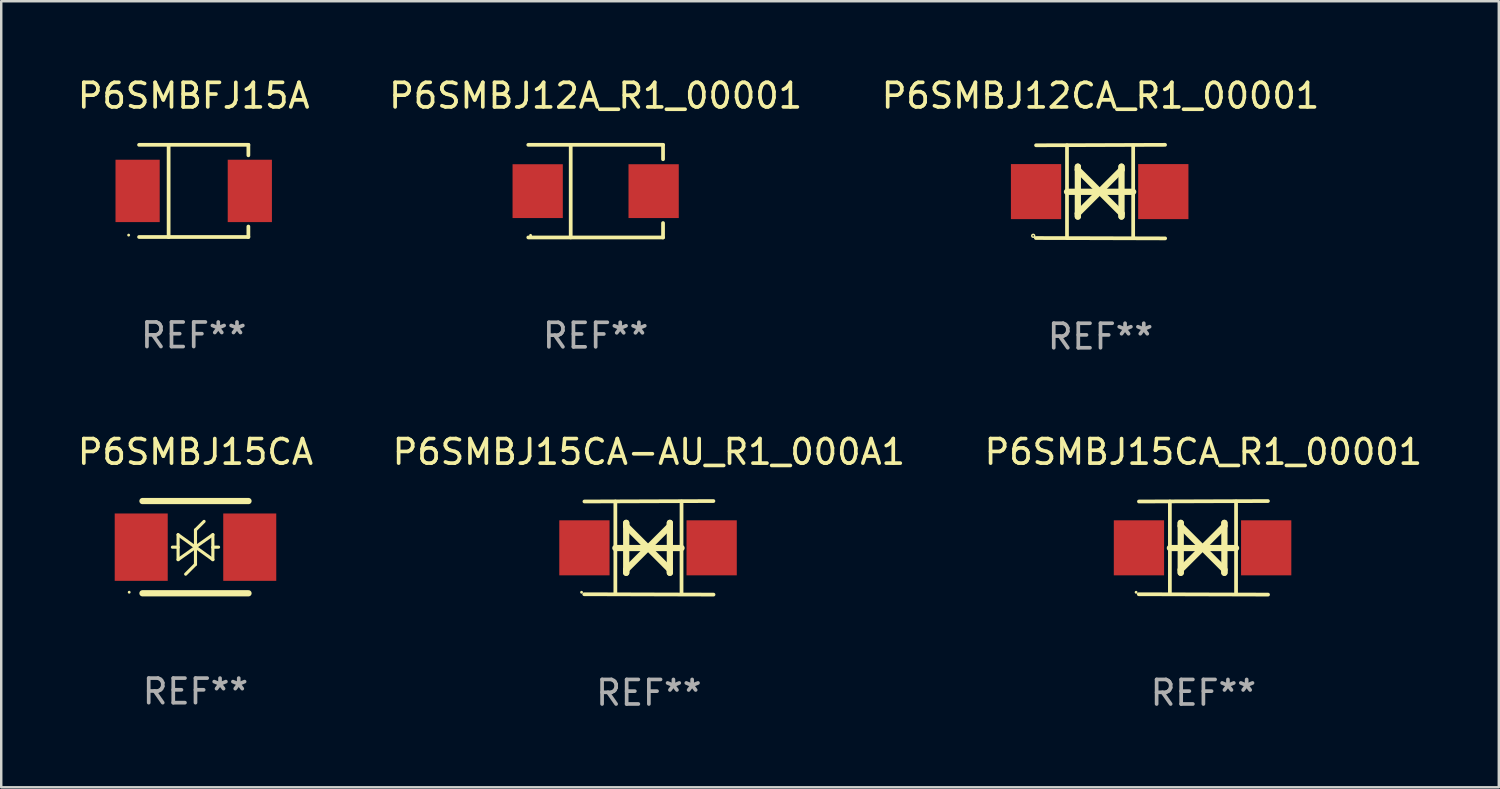
<source format=kicad_pcb>
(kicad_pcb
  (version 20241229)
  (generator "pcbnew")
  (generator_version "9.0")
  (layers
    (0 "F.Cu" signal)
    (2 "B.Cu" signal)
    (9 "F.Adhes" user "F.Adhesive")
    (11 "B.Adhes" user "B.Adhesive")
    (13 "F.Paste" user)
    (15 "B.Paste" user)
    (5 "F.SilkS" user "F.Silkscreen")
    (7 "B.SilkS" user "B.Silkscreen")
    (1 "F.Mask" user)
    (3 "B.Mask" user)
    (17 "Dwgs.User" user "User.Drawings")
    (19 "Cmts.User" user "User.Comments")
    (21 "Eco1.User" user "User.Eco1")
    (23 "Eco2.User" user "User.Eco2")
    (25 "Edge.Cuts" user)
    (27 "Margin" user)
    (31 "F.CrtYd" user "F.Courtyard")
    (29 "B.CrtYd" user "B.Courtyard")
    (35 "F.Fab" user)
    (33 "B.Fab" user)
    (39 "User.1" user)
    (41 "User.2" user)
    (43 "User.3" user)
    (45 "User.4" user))
  (footprint "P6SMBJ15CA-AU_R1_000A1"
    (layer "F.Cu")
    (at 23.375 19.26)
    (property "Reference" "P6SMBJ15CA-AU_R1_000A1" (at 0 -3.905 0) (layer "F.SilkS") (effects (font (size 1 1) (thickness 0.15))))
    (attr through_hole)
    (fp_line (start -1.365 1.886) (end -1.365 -1.886) (stroke (width 0.152) (type solid)) (layer "F.SilkS"))
    (fp_line (start -1.365 0.008) (end 1.33 0.008) (stroke (width 0.254) (type solid)) (layer "F.SilkS"))
    (fp_line (start -0.923 -1.016) (end -0.923 1.016) (stroke (width 0.254) (type solid)) (layer "F.SilkS"))
    (fp_line (start -0.923 -0.889) (end -0.923 -1.016) (stroke (width 0.254) (type solid)) (layer "F.SilkS"))
    (fp_line (start -0.923 0.889) (end -0.034 0) (stroke (width 0.254) (type solid)) (layer "F.SilkS"))
    (fp_line (start -0.923 1.016) (end -0.923 0.889) (stroke (width 0.254) (type solid)) (layer "F.SilkS"))
    (fp_line (start -0.034 0) (end -0.923 -0.889) (stroke (width 0.254) (type solid)) (layer "F.SilkS"))
    (fp_line (start -0.034 0) (end 0.855 0.889) (stroke (width 0.254) (type solid)) (layer "F.SilkS"))
    (fp_line (start 0.855 -1.016) (end 0.855 -0.889) (stroke (width 0.254) (type solid)) (layer "F.SilkS"))
    (fp_line (start 0.855 -0.889) (end -0.034 0) (stroke (width 0.254) (type solid)) (layer "F.SilkS"))
    (fp_line (start 0.855 0.889) (end 0.855 1.016) (stroke (width 0.254) (type solid)) (layer "F.SilkS"))
    (fp_line (start 0.855 1.016) (end 0.855 -1.016) (stroke (width 0.254) (type solid)) (layer "F.SilkS"))
    (fp_line (start 1.33 1.886) (end 1.33 -1.886) (stroke (width 0.152) (type solid)) (layer "F.SilkS"))
    (fp_line (start 2.629 -1.905) (end -2.625 -1.887) (stroke (width 0.152) (type solid)) (layer "F.SilkS"))
    (fp_line (start 2.633 1.905) (end -2.633 1.89) (stroke (width 0.152) (type solid)) (layer "F.SilkS"))
    (fp_circle (center -2.741 1.81) (end -2.711 1.81) (stroke (width 0.06) (type solid)) (fill no) (layer "F.SilkS"))
    (fp_text user "REF**" (at 0 5.905 0) (layer "F.Fab") (effects (font (size 1 1) (thickness 0.15))))
    (pad "1" smd rect (at -2.625 0) (size 2.047 2.241) (layers "F.Cu" "F.Mask" "F.Paste"))
    (pad "2" smd rect (at 2.557 0) (size 2.047 2.241) (layers "F.Cu" "F.Mask" "F.Paste")))
  (footprint "P6SMBJ15CA"
    (layer "F.Cu")
    (at 4.911 19.233)
    (property "Reference" "P6SMBJ15CA" (at 0 -3.878 0) (layer "F.SilkS") (effects (font (size 1 1) (thickness 0.15))))
    (attr through_hole)
    (fp_line (start -2.159 -1.878) (end 2.159 -1.878) (stroke (width 0.254) (type solid)) (layer "F.SilkS"))
    (fp_line (start -0.716 0) (end -0.94 0) (stroke (width 0.127) (type solid)) (layer "F.SilkS"))
    (fp_line (start -0.708 -0.508) (end -0.708 0.508) (stroke (width 0.127) (type solid)) (layer "F.SilkS"))
    (fp_line (start -0.708 -0.508) (end 0 0.003) (stroke (width 0.127) (type solid)) (layer "F.SilkS"))
    (fp_line (start -0.708 0.008) (end -0.716 0) (stroke (width 0.127) (type solid)) (layer "F.SilkS"))
    (fp_line (start -0.708 0.508) (end 0 0.007) (stroke (width 0.127) (type solid)) (layer "F.SilkS"))
    (fp_line (start 0 -0.7) (end 0 0.7) (stroke (width 0.127) (type solid)) (layer "F.SilkS"))
    (fp_line (start 0 -0.7) (end 0.35 -1.05) (stroke (width 0.127) (type solid)) (layer "F.SilkS"))
    (fp_line (start 0 0.7) (end -0.4 1.1) (stroke (width 0.127) (type solid)) (layer "F.SilkS"))
    (fp_line (start 0.708 0.008) (end 0.716 0) (stroke (width 0.127) (type solid)) (layer "F.SilkS"))
    (fp_line (start 0.708 0.508) (end 0.708 -0.508) (stroke (width 0.127) (type solid)) (layer "F.SilkS"))
    (fp_line (start 0.708 -0.508) (end 0 -0.007) (stroke (width 0.127) (type solid)) (layer "F.SilkS"))
    (fp_line (start 0.708 0.508) (end 0 -0.003) (stroke (width 0.127) (type solid)) (layer "F.SilkS"))
    (fp_line (start 0.716 0) (end 0.94 0) (stroke (width 0.127) (type solid)) (layer "F.SilkS"))
    (fp_line (start 2.159 1.878) (end -2.159 1.878) (stroke (width 0.254) (type solid)) (layer "F.SilkS"))
    (fp_circle (center -2.7 1.835) (end -2.67 1.835) (stroke (width 0.06) (type solid)) (fill no) (layer "F.SilkS"))
    (fp_text user "REF**" (at 0 5.878 0) (layer "F.Fab") (effects (font (size 1 1) (thickness 0.15))))
    (pad "1" smd rect (at -2.21 -0.000025) (size 2.159 2.743) (layers "F.Cu" "F.Mask" "F.Paste"))
    (pad "2" smd rect (at 2.21 -0.000025) (size 2.159 2.743) (layers "F.Cu" "F.Mask" "F.Paste")))
  (footprint "P6SMBJ15CA_R1_00001"
    (layer "F.Cu")
    (at 45.958 19.26)
    (property "Reference" "P6SMBJ15CA_R1_00001" (at 0 -3.905 0) (layer "F.SilkS") (effects (font (size 1 1) (thickness 0.15))))
    (attr through_hole)
    (fp_line (start -1.365 1.886) (end -1.365 -1.886) (stroke (width 0.152) (type solid)) (layer "F.SilkS"))
    (fp_line (start -1.365 0.008) (end 1.33 0.008) (stroke (width 0.254) (type solid)) (layer "F.SilkS"))
    (fp_line (start -0.923 -1.016) (end -0.923 1.016) (stroke (width 0.254) (type solid)) (layer "F.SilkS"))
    (fp_line (start -0.923 -0.889) (end -0.923 -1.016) (stroke (width 0.254) (type solid)) (layer "F.SilkS"))
    (fp_line (start -0.923 0.889) (end -0.034 0) (stroke (width 0.254) (type solid)) (layer "F.SilkS"))
    (fp_line (start -0.923 1.016) (end -0.923 0.889) (stroke (width 0.254) (type solid)) (layer "F.SilkS"))
    (fp_line (start -0.034 0) (end -0.923 -0.889) (stroke (width 0.254) (type solid)) (layer "F.SilkS"))
    (fp_line (start -0.034 0) (end 0.855 0.889) (stroke (width 0.254) (type solid)) (layer "F.SilkS"))
    (fp_line (start 0.855 -1.016) (end 0.855 -0.889) (stroke (width 0.254) (type solid)) (layer "F.SilkS"))
    (fp_line (start 0.855 -0.889) (end -0.034 0) (stroke (width 0.254) (type solid)) (layer "F.SilkS"))
    (fp_line (start 0.855 0.889) (end 0.855 1.016) (stroke (width 0.254) (type solid)) (layer "F.SilkS"))
    (fp_line (start 0.855 1.016) (end 0.855 -1.016) (stroke (width 0.254) (type solid)) (layer "F.SilkS"))
    (fp_line (start 1.33 1.886) (end 1.33 -1.886) (stroke (width 0.152) (type solid)) (layer "F.SilkS"))
    (fp_line (start 2.629 -1.905) (end -2.625 -1.887) (stroke (width 0.152) (type solid)) (layer "F.SilkS"))
    (fp_line (start 2.633 1.905) (end -2.633 1.89) (stroke (width 0.152) (type solid)) (layer "F.SilkS"))
    (fp_circle (center -2.741 1.81) (end -2.711 1.81) (stroke (width 0.06) (type solid)) (fill no) (layer "F.SilkS"))
    (fp_text user "REF**" (at 0 5.905 0) (layer "F.Fab") (effects (font (size 1 1) (thickness 0.15))))
    (pad "1" smd rect (at -2.625 0) (size 2.047 2.241) (layers "F.Cu" "F.Mask" "F.Paste"))
    (pad "2" smd rect (at 2.557 0) (size 2.047 2.241) (layers "F.Cu" "F.Mask" "F.Paste")))
  (footprint "P6SMBJ12CA_R1_00001"
    (layer "F.Cu")
    (at 41.768 4.753)
    (property "Reference" "P6SMBJ12CA_R1_00001" (at 0 -3.905 0) (layer "F.SilkS") (effects (font (size 1 1) (thickness 0.15))))
    (attr through_hole)
    (fp_line (start -1.365 1.886) (end -1.365 -1.886) (stroke (width 0.152) (type solid)) (layer "F.SilkS"))
    (fp_line (start -1.365 0.008) (end 1.33 0.008) (stroke (width 0.254) (type solid)) (layer "F.SilkS"))
    (fp_line (start -0.923 -1.016) (end -0.923 1.016) (stroke (width 0.254) (type solid)) (layer "F.SilkS"))
    (fp_line (start -0.923 -0.889) (end -0.923 -1.016) (stroke (width 0.254) (type solid)) (layer "F.SilkS"))
    (fp_line (start -0.923 0.889) (end -0.034 0) (stroke (width 0.254) (type solid)) (layer "F.SilkS"))
    (fp_line (start -0.923 1.016) (end -0.923 0.889) (stroke (width 0.254) (type solid)) (layer "F.SilkS"))
    (fp_line (start -0.034 0) (end -0.923 -0.889) (stroke (width 0.254) (type solid)) (layer "F.SilkS"))
    (fp_line (start -0.034 0) (end 0.855 0.889) (stroke (width 0.254) (type solid)) (layer "F.SilkS"))
    (fp_line (start 0.855 -1.016) (end 0.855 -0.889) (stroke (width 0.254) (type solid)) (layer "F.SilkS"))
    (fp_line (start 0.855 -0.889) (end -0.034 0) (stroke (width 0.254) (type solid)) (layer "F.SilkS"))
    (fp_line (start 0.855 0.889) (end 0.855 1.016) (stroke (width 0.254) (type solid)) (layer "F.SilkS"))
    (fp_line (start 0.855 1.016) (end 0.855 -1.016) (stroke (width 0.254) (type solid)) (layer "F.SilkS"))
    (fp_line (start 1.33 1.886) (end 1.33 -1.886) (stroke (width 0.152) (type solid)) (layer "F.SilkS"))
    (fp_line (start 2.629 -1.905) (end -2.625 -1.887) (stroke (width 0.152) (type solid)) (layer "F.SilkS"))
    (fp_line (start 2.633 1.905) (end -2.633 1.89) (stroke (width 0.152) (type solid)) (layer "F.SilkS"))
    (fp_circle (center -2.741 1.8) (end -2.712 1.8) (stroke (width 0.06) (type solid)) (fill no) (layer "F.SilkS"))
    (fp_text user "REF**" (at 0 5.905 0) (layer "F.Fab") (effects (font (size 1 1) (thickness 0.15))))
    (pad "1" smd rect (at -2.625 0) (size 2.047 2.241) (layers "F.Cu" "F.Mask" "F.Paste"))
    (pad "2" smd rect (at 2.557 0) (size 2.047 2.241) (layers "F.Cu" "F.Mask" "F.Paste")))
  (footprint "P6SMBJ12A_R1_00001"
    (layer "F.Cu")
    (at 21.208 4.734)
    (property "Reference" "P6SMBJ12A_R1_00001" (at 0 -3.886 0) (layer "F.SilkS") (effects (font (size 1 1) (thickness 0.15))))
    (attr through_hole)
    (fp_line (start -2.744 -1.886) (end 2.744 -1.886) (stroke (width 0.152) (type solid)) (layer "F.SilkS"))
    (fp_line (start -2.744 1.886) (end 2.744 1.886) (stroke (width 0.152) (type solid)) (layer "F.SilkS"))
    (fp_line (start -1.016 -1.886) (end -1.016 1.886) (stroke (width 0.152) (type solid)) (layer "F.SilkS"))
    (fp_line (start 2.744 -1.886) (end 2.744 -1.299) (stroke (width 0.152) (type solid)) (layer "F.SilkS"))
    (fp_line (start 2.744 1.886) (end 2.744 1.299) (stroke (width 0.152) (type solid)) (layer "F.SilkS"))
    (fp_circle (center -2.65 1.8) (end -2.62 1.8) (stroke (width 0.06) (type solid)) (fill no) (layer "F.SilkS"))
    (fp_text user "REF**" (at 0 5.886 0) (layer "F.Fab") (effects (font (size 1 1) (thickness 0.15))))
    (pad "1" smd rect (at -2.361 0) (size 2.047 2.192) (layers "F.Cu" "F.Mask" "F.Paste"))
    (pad "2" smd rect (at 2.361 0) (size 2.047 2.192) (layers "F.Cu" "F.Mask" "F.Paste")))
  (footprint "P6SMBFJ15A"
    (layer "F.Cu")
    (at 4.839 4.728)
    (property "Reference" "P6SMBFJ15A" (at 0 -3.88 0) (layer "F.SilkS") (effects (font (size 1 1) (thickness 0.15))))
    (attr through_hole)
    (fp_line (start -2.226 -1.88) (end 2.226 -1.88) (stroke (width 0.152) (type solid)) (layer "F.SilkS"))
    (fp_line (start -2.226 1.873) (end 2.226 1.873) (stroke (width 0.152) (type solid)) (layer "F.SilkS"))
    (fp_line (start -1.022 -1.873) (end -1.022 1.88) (stroke (width 0.152) (type solid)) (layer "F.SilkS"))
    (fp_line (start 2.226 -1.88) (end 2.226 -1.453) (stroke (width 0.152) (type solid)) (layer "F.SilkS"))
    (fp_line (start 2.226 1.447) (end 2.226 1.873) (stroke (width 0.152) (type solid)) (layer "F.SilkS"))
    (fp_circle (center -2.65 1.797) (end -2.62 1.797) (stroke (width 0.06) (type solid)) (fill no) (layer "F.SilkS"))
    (fp_text user "REF**" (at 0 5.88 0) (layer "F.Fab") (effects (font (size 1 1) (thickness 0.15))))
    (pad "1" smd rect (at -2.285 -0.003) (size 1.8 2.54) (layers "F.Cu" "F.Mask" "F.Paste"))
    (pad "2" smd rect (at 2.285 -0.003) (size 1.8 2.54) (layers "F.Cu" "F.Mask" "F.Paste")))
  (gr_rect
    (start -3 -3)
    (end 57.988 29.013)
    (stroke (width 0.1) (type default))
    (fill no)
    (layer "Edge.Cuts")))
</source>
